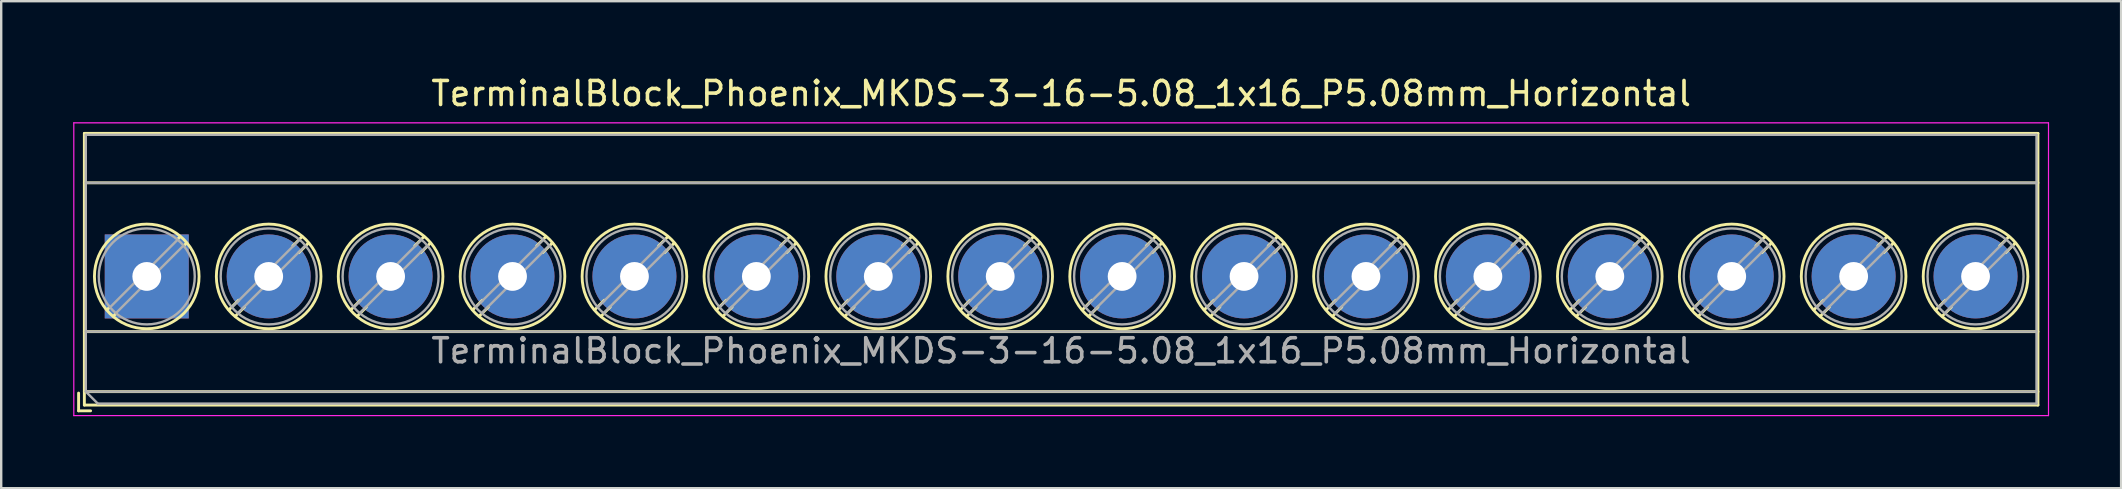
<source format=kicad_pcb>
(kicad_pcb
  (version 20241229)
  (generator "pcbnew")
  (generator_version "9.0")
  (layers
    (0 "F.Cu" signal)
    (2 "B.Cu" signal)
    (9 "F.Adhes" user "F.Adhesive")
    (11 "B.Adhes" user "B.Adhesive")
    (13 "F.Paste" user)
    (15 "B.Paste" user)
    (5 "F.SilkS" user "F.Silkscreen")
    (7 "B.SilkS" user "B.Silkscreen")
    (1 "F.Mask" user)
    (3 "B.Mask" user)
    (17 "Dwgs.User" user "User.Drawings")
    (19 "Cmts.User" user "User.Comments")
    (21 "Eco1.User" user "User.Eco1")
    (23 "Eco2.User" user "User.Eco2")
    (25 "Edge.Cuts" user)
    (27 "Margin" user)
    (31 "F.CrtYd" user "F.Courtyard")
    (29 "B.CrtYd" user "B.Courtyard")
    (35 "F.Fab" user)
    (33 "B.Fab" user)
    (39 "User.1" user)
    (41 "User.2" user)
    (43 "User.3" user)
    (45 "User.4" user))
  (footprint "TerminalBlock_Phoenix_MKDS-3-16-5.08_1x16_P5.08mm_Horizontal"
    (layer "F.Cu")
    (at 3.065 8.468)
    (property "Reference" "TerminalBlock_Phoenix_MKDS-3-16-5.08_1x16_P5.08mm_Horizontal" (at 38.1 -7.62 0) (layer "F.SilkS") (effects (font (size 1 1) (thickness 0.15))))
    (attr through_hole)
    (fp_line (start -2.84 4.86) (end -2.84 5.6) (stroke (width 0.12) (type solid)) (layer "F.SilkS"))
    (fp_line (start -2.84 5.6) (end -2.34 5.6) (stroke (width 0.12) (type solid)) (layer "F.SilkS"))
    (fp_line (start -2.6 -5.96) (end -2.6 5.36) (stroke (width 0.12) (type solid)) (layer "F.SilkS"))
    (fp_line (start -2.6 -5.96) (end 78.8 -5.96) (stroke (width 0.12) (type solid)) (layer "F.SilkS"))
    (fp_line (start -2.6 -3.9) (end 78.8 -3.9) (stroke (width 0.12) (type solid)) (layer "F.SilkS"))
    (fp_line (start -2.6 2.3) (end 78.8 2.3) (stroke (width 0.12) (type solid)) (layer "F.SilkS"))
    (fp_line (start -2.6 4.8) (end 78.8 4.8) (stroke (width 0.12) (type solid)) (layer "F.SilkS"))
    (fp_line (start -2.6 5.36) (end 78.8 5.36) (stroke (width 0.12) (type solid)) (layer "F.SilkS"))
    (fp_line (start -1.548 1.281) (end -1.654 1.388) (stroke (width 0.12) (type solid)) (layer "F.SilkS"))
    (fp_line (start -1.282 1.547) (end -1.388 1.654) (stroke (width 0.12) (type solid)) (layer "F.SilkS"))
    (fp_line (start 1.388 -1.654) (end 1.281 -1.547) (stroke (width 0.12) (type solid)) (layer "F.SilkS"))
    (fp_line (start 1.654 -1.388) (end 1.547 -1.281) (stroke (width 0.12) (type solid)) (layer "F.SilkS"))
    (fp_line (start 3.822 0.992) (end 3.427 1.388) (stroke (width 0.12) (type solid)) (layer "F.SilkS"))
    (fp_line (start 4.073 1.274) (end 3.693 1.654) (stroke (width 0.12) (type solid)) (layer "F.SilkS"))
    (fp_line (start 6.468 -1.654) (end 6.088 -1.274) (stroke (width 0.12) (type solid)) (layer "F.SilkS"))
    (fp_line (start 6.734 -1.388) (end 6.339 -0.992) (stroke (width 0.12) (type solid)) (layer "F.SilkS"))
    (fp_line (start 8.902 0.992) (end 8.507 1.388) (stroke (width 0.12) (type solid)) (layer "F.SilkS"))
    (fp_line (start 9.153 1.274) (end 8.773 1.654) (stroke (width 0.12) (type solid)) (layer "F.SilkS"))
    (fp_line (start 11.548 -1.654) (end 11.168 -1.274) (stroke (width 0.12) (type solid)) (layer "F.SilkS"))
    (fp_line (start 11.814 -1.388) (end 11.419 -0.992) (stroke (width 0.12) (type solid)) (layer "F.SilkS"))
    (fp_line (start 13.982 0.992) (end 13.587 1.388) (stroke (width 0.12) (type solid)) (layer "F.SilkS"))
    (fp_line (start 14.233 1.274) (end 13.853 1.654) (stroke (width 0.12) (type solid)) (layer "F.SilkS"))
    (fp_line (start 16.628 -1.654) (end 16.248 -1.274) (stroke (width 0.12) (type solid)) (layer "F.SilkS"))
    (fp_line (start 16.894 -1.388) (end 16.499 -0.992) (stroke (width 0.12) (type solid)) (layer "F.SilkS"))
    (fp_line (start 19.062 0.992) (end 18.667 1.388) (stroke (width 0.12) (type solid)) (layer "F.SilkS"))
    (fp_line (start 19.313 1.274) (end 18.933 1.654) (stroke (width 0.12) (type solid)) (layer "F.SilkS"))
    (fp_line (start 21.708 -1.654) (end 21.328 -1.274) (stroke (width 0.12) (type solid)) (layer "F.SilkS"))
    (fp_line (start 21.974 -1.388) (end 21.579 -0.992) (stroke (width 0.12) (type solid)) (layer "F.SilkS"))
    (fp_line (start 24.142 0.992) (end 23.747 1.388) (stroke (width 0.12) (type solid)) (layer "F.SilkS"))
    (fp_line (start 24.393 1.274) (end 24.013 1.654) (stroke (width 0.12) (type solid)) (layer "F.SilkS"))
    (fp_line (start 26.788 -1.654) (end 26.408 -1.274) (stroke (width 0.12) (type solid)) (layer "F.SilkS"))
    (fp_line (start 27.054 -1.388) (end 26.659 -0.992) (stroke (width 0.12) (type solid)) (layer "F.SilkS"))
    (fp_line (start 29.222 0.992) (end 28.827 1.388) (stroke (width 0.12) (type solid)) (layer "F.SilkS"))
    (fp_line (start 29.473 1.274) (end 29.093 1.654) (stroke (width 0.12) (type solid)) (layer "F.SilkS"))
    (fp_line (start 31.868 -1.654) (end 31.488 -1.274) (stroke (width 0.12) (type solid)) (layer "F.SilkS"))
    (fp_line (start 32.134 -1.388) (end 31.739 -0.992) (stroke (width 0.12) (type solid)) (layer "F.SilkS"))
    (fp_line (start 34.302 0.992) (end 33.907 1.388) (stroke (width 0.12) (type solid)) (layer "F.SilkS"))
    (fp_line (start 34.553 1.274) (end 34.173 1.654) (stroke (width 0.12) (type solid)) (layer "F.SilkS"))
    (fp_line (start 36.948 -1.654) (end 36.568 -1.274) (stroke (width 0.12) (type solid)) (layer "F.SilkS"))
    (fp_line (start 37.214 -1.388) (end 36.819 -0.992) (stroke (width 0.12) (type solid)) (layer "F.SilkS"))
    (fp_line (start 39.382 0.992) (end 38.987 1.388) (stroke (width 0.12) (type solid)) (layer "F.SilkS"))
    (fp_line (start 39.633 1.274) (end 39.253 1.654) (stroke (width 0.12) (type solid)) (layer "F.SilkS"))
    (fp_line (start 42.028 -1.654) (end 41.648 -1.274) (stroke (width 0.12) (type solid)) (layer "F.SilkS"))
    (fp_line (start 42.294 -1.388) (end 41.899 -0.992) (stroke (width 0.12) (type solid)) (layer "F.SilkS"))
    (fp_line (start 44.462 0.992) (end 44.067 1.388) (stroke (width 0.12) (type solid)) (layer "F.SilkS"))
    (fp_line (start 44.713 1.274) (end 44.333 1.654) (stroke (width 0.12) (type solid)) (layer "F.SilkS"))
    (fp_line (start 47.108 -1.654) (end 46.728 -1.274) (stroke (width 0.12) (type solid)) (layer "F.SilkS"))
    (fp_line (start 47.374 -1.388) (end 46.979 -0.992) (stroke (width 0.12) (type solid)) (layer "F.SilkS"))
    (fp_line (start 49.542 0.992) (end 49.147 1.388) (stroke (width 0.12) (type solid)) (layer "F.SilkS"))
    (fp_line (start 49.793 1.274) (end 49.413 1.654) (stroke (width 0.12) (type solid)) (layer "F.SilkS"))
    (fp_line (start 52.188 -1.654) (end 51.808 -1.274) (stroke (width 0.12) (type solid)) (layer "F.SilkS"))
    (fp_line (start 52.454 -1.388) (end 52.059 -0.992) (stroke (width 0.12) (type solid)) (layer "F.SilkS"))
    (fp_line (start 54.622 0.992) (end 54.227 1.388) (stroke (width 0.12) (type solid)) (layer "F.SilkS"))
    (fp_line (start 54.873 1.274) (end 54.493 1.654) (stroke (width 0.12) (type solid)) (layer "F.SilkS"))
    (fp_line (start 57.268 -1.654) (end 56.888 -1.274) (stroke (width 0.12) (type solid)) (layer "F.SilkS"))
    (fp_line (start 57.534 -1.388) (end 57.139 -0.992) (stroke (width 0.12) (type solid)) (layer "F.SilkS"))
    (fp_line (start 59.702 0.992) (end 59.307 1.388) (stroke (width 0.12) (type solid)) (layer "F.SilkS"))
    (fp_line (start 59.953 1.274) (end 59.573 1.654) (stroke (width 0.12) (type solid)) (layer "F.SilkS"))
    (fp_line (start 62.348 -1.654) (end 61.968 -1.274) (stroke (width 0.12) (type solid)) (layer "F.SilkS"))
    (fp_line (start 62.614 -1.388) (end 62.219 -0.992) (stroke (width 0.12) (type solid)) (layer "F.SilkS"))
    (fp_line (start 64.782 0.992) (end 64.387 1.388) (stroke (width 0.12) (type solid)) (layer "F.SilkS"))
    (fp_line (start 65.033 1.274) (end 64.653 1.654) (stroke (width 0.12) (type solid)) (layer "F.SilkS"))
    (fp_line (start 67.428 -1.654) (end 67.048 -1.274) (stroke (width 0.12) (type solid)) (layer "F.SilkS"))
    (fp_line (start 67.694 -1.388) (end 67.299 -0.992) (stroke (width 0.12) (type solid)) (layer "F.SilkS"))
    (fp_line (start 69.862 0.992) (end 69.467 1.388) (stroke (width 0.12) (type solid)) (layer "F.SilkS"))
    (fp_line (start 70.113 1.274) (end 69.733 1.654) (stroke (width 0.12) (type solid)) (layer "F.SilkS"))
    (fp_line (start 72.508 -1.654) (end 72.128 -1.274) (stroke (width 0.12) (type solid)) (layer "F.SilkS"))
    (fp_line (start 72.774 -1.388) (end 72.379 -0.992) (stroke (width 0.12) (type solid)) (layer "F.SilkS"))
    (fp_line (start 74.942 0.992) (end 74.547 1.388) (stroke (width 0.12) (type solid)) (layer "F.SilkS"))
    (fp_line (start 75.193 1.274) (end 74.813 1.654) (stroke (width 0.12) (type solid)) (layer "F.SilkS"))
    (fp_line (start 77.588 -1.654) (end 77.208 -1.274) (stroke (width 0.12) (type solid)) (layer "F.SilkS"))
    (fp_line (start 77.854 -1.388) (end 77.459 -0.992) (stroke (width 0.12) (type solid)) (layer "F.SilkS"))
    (fp_line (start 78.8 -5.96) (end 78.8 5.36) (stroke (width 0.12) (type solid)) (layer "F.SilkS"))
    (fp_circle (center 0 0) (end 2.18 0) (stroke (width 0.12) (type solid)) (fill no) (layer "F.SilkS"))
    (fp_circle (center 5.08 0) (end 7.26 0) (stroke (width 0.12) (type solid)) (fill no) (layer "F.SilkS"))
    (fp_circle (center 10.16 0) (end 12.34 0) (stroke (width 0.12) (type solid)) (fill no) (layer "F.SilkS"))
    (fp_circle (center 15.24 0) (end 17.42 0) (stroke (width 0.12) (type solid)) (fill no) (layer "F.SilkS"))
    (fp_circle (center 20.32 0) (end 22.5 0) (stroke (width 0.12) (type solid)) (fill no) (layer "F.SilkS"))
    (fp_circle (center 25.4 0) (end 27.58 0) (stroke (width 0.12) (type solid)) (fill no) (layer "F.SilkS"))
    (fp_circle (center 30.48 0) (end 32.66 0) (stroke (width 0.12) (type solid)) (fill no) (layer "F.SilkS"))
    (fp_circle (center 35.56 0) (end 37.74 0) (stroke (width 0.12) (type solid)) (fill no) (layer "F.SilkS"))
    (fp_circle (center 40.64 0) (end 42.82 0) (stroke (width 0.12) (type solid)) (fill no) (layer "F.SilkS"))
    (fp_circle (center 45.72 0) (end 47.9 0) (stroke (width 0.12) (type solid)) (fill no) (layer "F.SilkS"))
    (fp_circle (center 50.8 0) (end 52.98 0) (stroke (width 0.12) (type solid)) (fill no) (layer "F.SilkS"))
    (fp_circle (center 55.88 0) (end 58.06 0) (stroke (width 0.12) (type solid)) (fill no) (layer "F.SilkS"))
    (fp_circle (center 60.96 0) (end 63.14 0) (stroke (width 0.12) (type solid)) (fill no) (layer "F.SilkS"))
    (fp_circle (center 66.04 0) (end 68.22 0) (stroke (width 0.12) (type solid)) (fill no) (layer "F.SilkS"))
    (fp_circle (center 71.12 0) (end 73.3 0) (stroke (width 0.12) (type solid)) (fill no) (layer "F.SilkS"))
    (fp_circle (center 76.2 0) (end 78.38 0) (stroke (width 0.12) (type solid)) (fill no) (layer "F.SilkS"))
    (fp_line (start -3.04 -6.4) (end -3.04 5.8) (stroke (width 0.05) (type solid)) (layer "F.CrtYd"))
    (fp_line (start -3.04 5.8) (end 79.24 5.8) (stroke (width 0.05) (type solid)) (layer "F.CrtYd"))
    (fp_line (start 79.24 -6.4) (end -3.04 -6.4) (stroke (width 0.05) (type solid)) (layer "F.CrtYd"))
    (fp_line (start 79.24 5.8) (end 79.24 -6.4) (stroke (width 0.05) (type solid)) (layer "F.CrtYd"))
    (fp_line (start -2.54 -5.9) (end 78.74 -5.9) (stroke (width 0.1) (type solid)) (layer "F.Fab"))
    (fp_line (start -2.54 -3.9) (end 78.74 -3.9) (stroke (width 0.1) (type solid)) (layer "F.Fab"))
    (fp_line (start -2.54 2.3) (end 78.74 2.3) (stroke (width 0.1) (type solid)) (layer "F.Fab"))
    (fp_line (start -2.54 4.8) (end -2.54 -5.9) (stroke (width 0.1) (type solid)) (layer "F.Fab"))
    (fp_line (start -2.54 4.8) (end 78.74 4.8) (stroke (width 0.1) (type solid)) (layer "F.Fab"))
    (fp_line (start -2.04 5.3) (end -2.54 4.8) (stroke (width 0.1) (type solid)) (layer "F.Fab"))
    (fp_line (start 1.273 -1.517) (end -1.517 1.273) (stroke (width 0.1) (type solid)) (layer "F.Fab"))
    (fp_line (start 1.517 -1.273) (end -1.273 1.517) (stroke (width 0.1) (type solid)) (layer "F.Fab"))
    (fp_line (start 6.353 -1.517) (end 3.564 1.273) (stroke (width 0.1) (type solid)) (layer "F.Fab"))
    (fp_line (start 6.597 -1.273) (end 3.808 1.517) (stroke (width 0.1) (type solid)) (layer "F.Fab"))
    (fp_line (start 11.433 -1.517) (end 8.644 1.273) (stroke (width 0.1) (type solid)) (layer "F.Fab"))
    (fp_line (start 11.677 -1.273) (end 8.888 1.517) (stroke (width 0.1) (type solid)) (layer "F.Fab"))
    (fp_line (start 16.513 -1.517) (end 13.724 1.273) (stroke (width 0.1) (type solid)) (layer "F.Fab"))
    (fp_line (start 16.757 -1.273) (end 13.968 1.517) (stroke (width 0.1) (type solid)) (layer "F.Fab"))
    (fp_line (start 21.593 -1.517) (end 18.804 1.273) (stroke (width 0.1) (type solid)) (layer "F.Fab"))
    (fp_line (start 21.837 -1.273) (end 19.048 1.517) (stroke (width 0.1) (type solid)) (layer "F.Fab"))
    (fp_line (start 26.673 -1.517) (end 23.884 1.273) (stroke (width 0.1) (type solid)) (layer "F.Fab"))
    (fp_line (start 26.917 -1.273) (end 24.128 1.517) (stroke (width 0.1) (type solid)) (layer "F.Fab"))
    (fp_line (start 31.753 -1.517) (end 28.964 1.273) (stroke (width 0.1) (type solid)) (layer "F.Fab"))
    (fp_line (start 31.997 -1.273) (end 29.208 1.517) (stroke (width 0.1) (type solid)) (layer "F.Fab"))
    (fp_line (start 36.833 -1.517) (end 34.044 1.273) (stroke (width 0.1) (type solid)) (layer "F.Fab"))
    (fp_line (start 37.077 -1.273) (end 34.288 1.517) (stroke (width 0.1) (type solid)) (layer "F.Fab"))
    (fp_line (start 41.913 -1.517) (end 39.124 1.273) (stroke (width 0.1) (type solid)) (layer "F.Fab"))
    (fp_line (start 42.157 -1.273) (end 39.368 1.517) (stroke (width 0.1) (type solid)) (layer "F.Fab"))
    (fp_line (start 46.993 -1.517) (end 44.204 1.273) (stroke (width 0.1) (type solid)) (layer "F.Fab"))
    (fp_line (start 47.237 -1.273) (end 44.448 1.517) (stroke (width 0.1) (type solid)) (layer "F.Fab"))
    (fp_line (start 52.073 -1.517) (end 49.284 1.273) (stroke (width 0.1) (type solid)) (layer "F.Fab"))
    (fp_line (start 52.317 -1.273) (end 49.528 1.517) (stroke (width 0.1) (type solid)) (layer "F.Fab"))
    (fp_line (start 57.153 -1.517) (end 54.364 1.273) (stroke (width 0.1) (type solid)) (layer "F.Fab"))
    (fp_line (start 57.397 -1.273) (end 54.608 1.517) (stroke (width 0.1) (type solid)) (layer "F.Fab"))
    (fp_line (start 62.233 -1.517) (end 59.444 1.273) (stroke (width 0.1) (type solid)) (layer "F.Fab"))
    (fp_line (start 62.477 -1.273) (end 59.688 1.517) (stroke (width 0.1) (type solid)) (layer "F.Fab"))
    (fp_line (start 67.313 -1.517) (end 64.524 1.273) (stroke (width 0.1) (type solid)) (layer "F.Fab"))
    (fp_line (start 67.557 -1.273) (end 64.768 1.517) (stroke (width 0.1) (type solid)) (layer "F.Fab"))
    (fp_line (start 72.393 -1.517) (end 69.604 1.273) (stroke (width 0.1) (type solid)) (layer "F.Fab"))
    (fp_line (start 72.637 -1.273) (end 69.848 1.517) (stroke (width 0.1) (type solid)) (layer "F.Fab"))
    (fp_line (start 77.473 -1.517) (end 74.684 1.273) (stroke (width 0.1) (type solid)) (layer "F.Fab"))
    (fp_line (start 77.717 -1.273) (end 74.928 1.517) (stroke (width 0.1) (type solid)) (layer "F.Fab"))
    (fp_line (start 78.74 -5.9) (end 78.74 5.3) (stroke (width 0.1) (type solid)) (layer "F.Fab"))
    (fp_line (start 78.74 5.3) (end -2.04 5.3) (stroke (width 0.1) (type solid)) (layer "F.Fab"))
    (fp_circle (center 0 0) (end 2 0) (stroke (width 0.1) (type solid)) (fill no) (layer "F.Fab"))
    (fp_circle (center 5.08 0) (end 7.08 0) (stroke (width 0.1) (type solid)) (fill no) (layer "F.Fab"))
    (fp_circle (center 10.16 0) (end 12.16 0) (stroke (width 0.1) (type solid)) (fill no) (layer "F.Fab"))
    (fp_circle (center 15.24 0) (end 17.24 0) (stroke (width 0.1) (type solid)) (fill no) (layer "F.Fab"))
    (fp_circle (center 20.32 0) (end 22.32 0) (stroke (width 0.1) (type solid)) (fill no) (layer "F.Fab"))
    (fp_circle (center 25.4 0) (end 27.4 0) (stroke (width 0.1) (type solid)) (fill no) (layer "F.Fab"))
    (fp_circle (center 30.48 0) (end 32.48 0) (stroke (width 0.1) (type solid)) (fill no) (layer "F.Fab"))
    (fp_circle (center 35.56 0) (end 37.56 0) (stroke (width 0.1) (type solid)) (fill no) (layer "F.Fab"))
    (fp_circle (center 40.64 0) (end 42.64 0) (stroke (width 0.1) (type solid)) (fill no) (layer "F.Fab"))
    (fp_circle (center 45.72 0) (end 47.72 0) (stroke (width 0.1) (type solid)) (fill no) (layer "F.Fab"))
    (fp_circle (center 50.8 0) (end 52.8 0) (stroke (width 0.1) (type solid)) (fill no) (layer "F.Fab"))
    (fp_circle (center 55.88 0) (end 57.88 0) (stroke (width 0.1) (type solid)) (fill no) (layer "F.Fab"))
    (fp_circle (center 60.96 0) (end 62.96 0) (stroke (width 0.1) (type solid)) (fill no) (layer "F.Fab"))
    (fp_circle (center 66.04 0) (end 68.04 0) (stroke (width 0.1) (type solid)) (fill no) (layer "F.Fab"))
    (fp_circle (center 71.12 0) (end 73.12 0) (stroke (width 0.1) (type solid)) (fill no) (layer "F.Fab"))
    (fp_circle (center 76.2 0) (end 78.2 0) (stroke (width 0.1) (type solid)) (fill no) (layer "F.Fab"))
    (fp_text user "${REFERENCE}" (at 38.1 3.1 0) (layer "F.Fab") (effects (font (size 1 1) (thickness 0.15))))
    (pad "1" thru_hole rect (at 0 0) (size 3.5 3.5) (drill 1.2) (layers "*.Cu" "*.Mask"))
    (pad "2" thru_hole circle (at 5.08 0) (size 3.5 3.5) (drill 1.2) (layers "*.Cu" "*.Mask"))
    (pad "3" thru_hole circle (at 10.16 0) (size 3.5 3.5) (drill 1.2) (layers "*.Cu" "*.Mask"))
    (pad "4" thru_hole circle (at 15.24 0) (size 3.5 3.5) (drill 1.2) (layers "*.Cu" "*.Mask"))
    (pad "5" thru_hole circle (at 20.32 0) (size 3.5 3.5) (drill 1.2) (layers "*.Cu" "*.Mask"))
    (pad "6" thru_hole circle (at 25.4 0) (size 3.5 3.5) (drill 1.2) (layers "*.Cu" "*.Mask"))
    (pad "7" thru_hole circle (at 30.48 0) (size 3.5 3.5) (drill 1.2) (layers "*.Cu" "*.Mask"))
    (pad "8" thru_hole circle (at 35.56 0) (size 3.5 3.5) (drill 1.2) (layers "*.Cu" "*.Mask"))
    (pad "9" thru_hole circle (at 40.64 0) (size 3.5 3.5) (drill 1.2) (layers "*.Cu" "*.Mask"))
    (pad "10" thru_hole circle (at 45.72 0) (size 3.5 3.5) (drill 1.2) (layers "*.Cu" "*.Mask"))
    (pad "11" thru_hole circle (at 50.8 0) (size 3.5 3.5) (drill 1.2) (layers "*.Cu" "*.Mask"))
    (pad "12" thru_hole circle (at 55.88 0) (size 3.5 3.5) (drill 1.2) (layers "*.Cu" "*.Mask"))
    (pad "13" thru_hole circle (at 60.96 0) (size 3.5 3.5) (drill 1.2) (layers "*.Cu" "*.Mask"))
    (pad "14" thru_hole circle (at 66.04 0) (size 3.5 3.5) (drill 1.2) (layers "*.Cu" "*.Mask"))
    (pad "15" thru_hole circle (at 71.12 0) (size 3.5 3.5) (drill 1.2) (layers "*.Cu" "*.Mask"))
    (pad "16" thru_hole circle (at 76.2 0) (size 3.5 3.5) (drill 1.2) (layers "*.Cu" "*.Mask")))
  (gr_rect
    (start -3 -3)
    (end 85.33 17.293)
    (stroke (width 0.1) (type default))
    (fill no)
    (layer "Edge.Cuts")))
</source>
